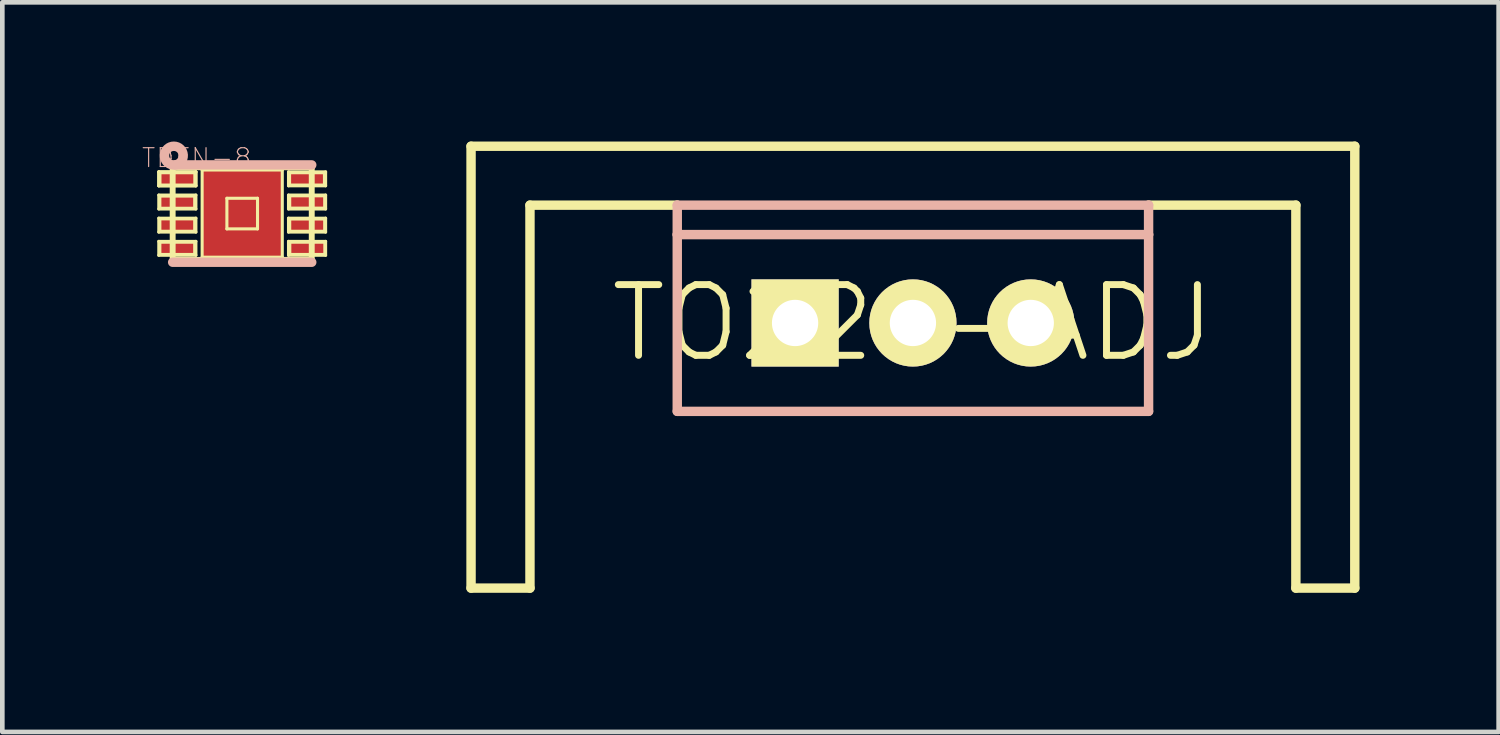
<source format=kicad_pcb>
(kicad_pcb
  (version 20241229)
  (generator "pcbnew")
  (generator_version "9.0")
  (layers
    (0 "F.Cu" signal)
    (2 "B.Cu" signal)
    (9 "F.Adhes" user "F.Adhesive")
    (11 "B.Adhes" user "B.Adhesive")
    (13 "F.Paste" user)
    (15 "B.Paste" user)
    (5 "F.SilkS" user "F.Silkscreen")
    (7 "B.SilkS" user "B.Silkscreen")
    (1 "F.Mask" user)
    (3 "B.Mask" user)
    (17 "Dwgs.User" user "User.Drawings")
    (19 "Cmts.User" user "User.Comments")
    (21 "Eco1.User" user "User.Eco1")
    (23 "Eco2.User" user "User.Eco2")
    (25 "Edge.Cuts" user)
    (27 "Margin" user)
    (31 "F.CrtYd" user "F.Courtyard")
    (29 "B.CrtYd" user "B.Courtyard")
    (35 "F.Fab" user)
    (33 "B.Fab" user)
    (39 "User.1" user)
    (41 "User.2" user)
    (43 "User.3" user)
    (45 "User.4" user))
  (footprint "TO220-ADJ"
    (layer "F.Cu")
    (at 16.629 3.912)
    (property "Reference" "TO220-ADJ" (at 0 0 0) (layer "F.SilkS") (effects (font (size 1.524 1.524) (thickness 0.15))))
    (attr exclude_from_pos_files exclude_from_bom)
    (fp_line (start -9.525 -3.81) (end -9.525 5.715) (stroke (width 0.203) (type solid)) (layer "F.SilkS"))
    (fp_line (start -9.525 5.715) (end -8.255 5.715) (stroke (width 0.203) (type solid)) (layer "F.SilkS"))
    (fp_line (start -8.255 -2.54) (end -5.08 -2.54) (stroke (width 0.203) (type solid)) (layer "F.SilkS"))
    (fp_line (start -8.255 5.715) (end -8.255 -2.54) (stroke (width 0.203) (type solid)) (layer "F.SilkS"))
    (fp_line (start 5.08 -2.54) (end 8.255 -2.54) (stroke (width 0.203) (type solid)) (layer "F.SilkS"))
    (fp_line (start 8.255 -2.54) (end 8.255 5.715) (stroke (width 0.203) (type solid)) (layer "F.SilkS"))
    (fp_line (start 8.255 5.715) (end 9.525 5.715) (stroke (width 0.203) (type solid)) (layer "F.SilkS"))
    (fp_line (start 9.525 -3.81) (end -9.525 -3.81) (stroke (width 0.203) (type solid)) (layer "F.SilkS"))
    (fp_line (start 9.525 5.715) (end 9.525 -3.81) (stroke (width 0.203) (type solid)) (layer "F.SilkS"))
    (fp_line (start -5.08 -2.54) (end 5.08 -2.54) (stroke (width 0.203) (type solid)) (layer "B.SilkS"))
    (fp_line (start -5.08 -1.905) (end -5.08 -2.54) (stroke (width 0.203) (type solid)) (layer "B.SilkS"))
    (fp_line (start -5.08 1.905) (end -5.08 -1.905) (stroke (width 0.203) (type solid)) (layer "B.SilkS"))
    (fp_line (start 5.08 -2.54) (end 5.08 -1.905) (stroke (width 0.203) (type solid)) (layer "B.SilkS"))
    (fp_line (start 5.08 -1.905) (end -5.08 -1.905) (stroke (width 0.203) (type solid)) (layer "B.SilkS"))
    (fp_line (start 5.08 -1.905) (end 5.08 1.905) (stroke (width 0.203) (type solid)) (layer "B.SilkS"))
    (fp_line (start 5.08 1.905) (end -5.08 1.905) (stroke (width 0.203) (type solid)) (layer "B.SilkS"))
    (pad "ADJ" thru_hole rect (at -2.54 0) (size 1.88 1.88) (drill 0.998) (layers "*.Cu" "F.Mask" "F.SilkS" "F.Paste"))
    (pad "IN" thru_hole circle (at 2.54 0) (size 1.88 1.88) (drill 0.998) (layers "*.Cu" "F.Mask" "F.SilkS" "F.Paste"))
    (pad "OUT" thru_hole circle (at 0 0) (size 1.88 1.88) (drill 0.998) (layers "*.Cu" "F.Mask" "F.SilkS" "F.Paste")))
  (footprint "TDFN-8"
    (layer "F.Cu")
    (at 2.171 1.554)
    (property "Reference" "TDFN-8" (at -0.983 -1.201 0) (layer "B.SilkS") (effects (font (size 0.406 0.406) (thickness 0.025))))
    (attr smd)
    (fp_line (start -1.798 -0.899) (end -0.998 -0.899) (stroke (width 0.066) (type solid)) (layer "F.SilkS"))
    (fp_line (start -1.798 -0.899) (end -0.998 -0.899) (stroke (width 0.066) (type solid)) (layer "F.SilkS"))
    (fp_line (start -1.798 -0.599) (end -1.798 -0.899) (stroke (width 0.066) (type solid)) (layer "F.SilkS"))
    (fp_line (start -1.798 -0.599) (end -1.798 -0.899) (stroke (width 0.066) (type solid)) (layer "F.SilkS"))
    (fp_line (start -1.798 -0.599) (end -0.998 -0.599) (stroke (width 0.066) (type solid)) (layer "F.SilkS"))
    (fp_line (start -1.798 -0.599) (end -0.998 -0.599) (stroke (width 0.066) (type solid)) (layer "F.SilkS"))
    (fp_line (start -1.798 -0.399) (end -0.998 -0.399) (stroke (width 0.066) (type solid)) (layer "F.SilkS"))
    (fp_line (start -1.798 -0.099) (end -1.798 -0.399) (stroke (width 0.066) (type solid)) (layer "F.SilkS"))
    (fp_line (start -1.798 -0.099) (end -0.998 -0.099) (stroke (width 0.066) (type solid)) (layer "F.SilkS"))
    (fp_line (start -1.798 0.099) (end -0.998 0.099) (stroke (width 0.066) (type solid)) (layer "F.SilkS"))
    (fp_line (start -1.798 0.399) (end -1.798 0.099) (stroke (width 0.066) (type solid)) (layer "F.SilkS"))
    (fp_line (start -1.798 0.399) (end -0.998 0.399) (stroke (width 0.066) (type solid)) (layer "F.SilkS"))
    (fp_line (start -1.798 0.599) (end -0.998 0.599) (stroke (width 0.066) (type solid)) (layer "F.SilkS"))
    (fp_line (start -1.798 0.899) (end -1.798 0.599) (stroke (width 0.066) (type solid)) (layer "F.SilkS"))
    (fp_line (start -1.798 0.899) (end -0.998 0.899) (stroke (width 0.066) (type solid)) (layer "F.SilkS"))
    (fp_line (start -1.775 -0.378) (end -1.024 -0.378) (stroke (width 0.066) (type solid)) (layer "F.SilkS"))
    (fp_line (start -1.775 -0.114) (end -1.775 -0.378) (stroke (width 0.066) (type solid)) (layer "F.SilkS"))
    (fp_line (start -1.775 -0.114) (end -1.024 -0.114) (stroke (width 0.066) (type solid)) (layer "F.SilkS"))
    (fp_line (start -1.775 0.114) (end -1.024 0.114) (stroke (width 0.066) (type solid)) (layer "F.SilkS"))
    (fp_line (start -1.775 0.381) (end -1.775 0.114) (stroke (width 0.066) (type solid)) (layer "F.SilkS"))
    (fp_line (start -1.775 0.381) (end -1.024 0.381) (stroke (width 0.066) (type solid)) (layer "F.SilkS"))
    (fp_line (start -1.775 0.617) (end -1.024 0.617) (stroke (width 0.066) (type solid)) (layer "F.SilkS"))
    (fp_line (start -1.775 0.881) (end -1.775 0.617) (stroke (width 0.066) (type solid)) (layer "F.SilkS"))
    (fp_line (start -1.775 0.881) (end -1.024 0.881) (stroke (width 0.066) (type solid)) (layer "F.SilkS"))
    (fp_line (start -1.773 -0.881) (end -1.021 -0.881) (stroke (width 0.066) (type solid)) (layer "F.SilkS"))
    (fp_line (start -1.773 -0.615) (end -1.773 -0.881) (stroke (width 0.066) (type solid)) (layer "F.SilkS"))
    (fp_line (start -1.773 -0.615) (end -1.021 -0.615) (stroke (width 0.066) (type solid)) (layer "F.SilkS"))
    (fp_line (start -1.499 -0.998) (end -1.499 0.998) (stroke (width 0.127) (type solid)) (layer "F.SilkS"))
    (fp_line (start -1.499 0.998) (end 1.499 0.998) (stroke (width 0.127) (type solid)) (layer "F.SilkS"))
    (fp_line (start -1.024 -0.114) (end -1.024 -0.378) (stroke (width 0.066) (type solid)) (layer "F.SilkS"))
    (fp_line (start -1.024 0.381) (end -1.024 0.114) (stroke (width 0.066) (type solid)) (layer "F.SilkS"))
    (fp_line (start -1.024 0.881) (end -1.024 0.617) (stroke (width 0.066) (type solid)) (layer "F.SilkS"))
    (fp_line (start -1.021 -0.615) (end -1.021 -0.881) (stroke (width 0.066) (type solid)) (layer "F.SilkS"))
    (fp_line (start -0.998 -0.599) (end -0.998 -0.899) (stroke (width 0.066) (type solid)) (layer "F.SilkS"))
    (fp_line (start -0.998 -0.599) (end -0.998 -0.899) (stroke (width 0.066) (type solid)) (layer "F.SilkS"))
    (fp_line (start -0.998 -0.099) (end -0.998 -0.399) (stroke (width 0.066) (type solid)) (layer "F.SilkS"))
    (fp_line (start -0.998 0.399) (end -0.998 0.099) (stroke (width 0.066) (type solid)) (layer "F.SilkS"))
    (fp_line (start -0.998 0.899) (end -0.998 0.599) (stroke (width 0.066) (type solid)) (layer "F.SilkS"))
    (fp_line (start -0.864 -0.94) (end 0.864 -0.94) (stroke (width 0.066) (type solid)) (layer "F.SilkS"))
    (fp_line (start -0.864 0.94) (end -0.864 -0.94) (stroke (width 0.066) (type solid)) (layer "F.SilkS"))
    (fp_line (start -0.864 0.94) (end 0.864 0.94) (stroke (width 0.066) (type solid)) (layer "F.SilkS"))
    (fp_line (start -0.33 -0.33) (end 0.33 -0.33) (stroke (width 0.066) (type solid)) (layer "F.SilkS"))
    (fp_line (start -0.33 0.33) (end -0.33 -0.33) (stroke (width 0.066) (type solid)) (layer "F.SilkS"))
    (fp_line (start -0.33 0.33) (end 0.33 0.33) (stroke (width 0.066) (type solid)) (layer "F.SilkS"))
    (fp_line (start 0.33 0.33) (end 0.33 -0.33) (stroke (width 0.066) (type solid)) (layer "F.SilkS"))
    (fp_line (start 0.864 0.94) (end 0.864 -0.94) (stroke (width 0.066) (type solid)) (layer "F.SilkS"))
    (fp_line (start 0.998 -0.899) (end 1.798 -0.899) (stroke (width 0.066) (type solid)) (layer "F.SilkS"))
    (fp_line (start 0.998 -0.599) (end 0.998 -0.899) (stroke (width 0.066) (type solid)) (layer "F.SilkS"))
    (fp_line (start 0.998 -0.599) (end 1.798 -0.599) (stroke (width 0.066) (type solid)) (layer "F.SilkS"))
    (fp_line (start 0.998 -0.399) (end 1.798 -0.399) (stroke (width 0.066) (type solid)) (layer "F.SilkS"))
    (fp_line (start 0.998 -0.099) (end 0.998 -0.399) (stroke (width 0.066) (type solid)) (layer "F.SilkS"))
    (fp_line (start 0.998 -0.099) (end 1.798 -0.099) (stroke (width 0.066) (type solid)) (layer "F.SilkS"))
    (fp_line (start 0.998 0.099) (end 1.798 0.099) (stroke (width 0.066) (type solid)) (layer "F.SilkS"))
    (fp_line (start 0.998 0.399) (end 0.998 0.099) (stroke (width 0.066) (type solid)) (layer "F.SilkS"))
    (fp_line (start 0.998 0.399) (end 1.798 0.399) (stroke (width 0.066) (type solid)) (layer "F.SilkS"))
    (fp_line (start 0.998 0.599) (end 1.798 0.599) (stroke (width 0.066) (type solid)) (layer "F.SilkS"))
    (fp_line (start 0.998 0.899) (end 0.998 0.599) (stroke (width 0.066) (type solid)) (layer "F.SilkS"))
    (fp_line (start 0.998 0.899) (end 1.798 0.899) (stroke (width 0.066) (type solid)) (layer "F.SilkS"))
    (fp_line (start 1.021 -0.881) (end 1.773 -0.881) (stroke (width 0.066) (type solid)) (layer "F.SilkS"))
    (fp_line (start 1.021 -0.615) (end 1.021 -0.881) (stroke (width 0.066) (type solid)) (layer "F.SilkS"))
    (fp_line (start 1.021 -0.615) (end 1.773 -0.615) (stroke (width 0.066) (type solid)) (layer "F.SilkS"))
    (fp_line (start 1.024 -0.384) (end 1.778 -0.384) (stroke (width 0.066) (type solid)) (layer "F.SilkS"))
    (fp_line (start 1.024 -0.117) (end 1.024 -0.384) (stroke (width 0.066) (type solid)) (layer "F.SilkS"))
    (fp_line (start 1.024 -0.117) (end 1.778 -0.117) (stroke (width 0.066) (type solid)) (layer "F.SilkS"))
    (fp_line (start 1.024 0.117) (end 1.778 0.117) (stroke (width 0.066) (type solid)) (layer "F.SilkS"))
    (fp_line (start 1.024 0.381) (end 1.024 0.117) (stroke (width 0.066) (type solid)) (layer "F.SilkS"))
    (fp_line (start 1.024 0.381) (end 1.778 0.381) (stroke (width 0.066) (type solid)) (layer "F.SilkS"))
    (fp_line (start 1.026 0.617) (end 1.781 0.617) (stroke (width 0.066) (type solid)) (layer "F.SilkS"))
    (fp_line (start 1.026 0.881) (end 1.026 0.617) (stroke (width 0.066) (type solid)) (layer "F.SilkS"))
    (fp_line (start 1.026 0.881) (end 1.781 0.881) (stroke (width 0.066) (type solid)) (layer "F.SilkS"))
    (fp_line (start 1.499 -0.998) (end -1.499 -0.998) (stroke (width 0.127) (type solid)) (layer "F.SilkS"))
    (fp_line (start 1.499 0.998) (end 1.499 -0.998) (stroke (width 0.127) (type solid)) (layer "F.SilkS"))
    (fp_line (start 1.773 -0.615) (end 1.773 -0.881) (stroke (width 0.066) (type solid)) (layer "F.SilkS"))
    (fp_line (start 1.778 -0.117) (end 1.778 -0.384) (stroke (width 0.066) (type solid)) (layer "F.SilkS"))
    (fp_line (start 1.778 0.381) (end 1.778 0.117) (stroke (width 0.066) (type solid)) (layer "F.SilkS"))
    (fp_line (start 1.781 0.881) (end 1.781 0.617) (stroke (width 0.066) (type solid)) (layer "F.SilkS"))
    (fp_line (start 1.798 -0.599) (end 1.798 -0.899) (stroke (width 0.066) (type solid)) (layer "F.SilkS"))
    (fp_line (start 1.798 -0.099) (end 1.798 -0.399) (stroke (width 0.066) (type solid)) (layer "F.SilkS"))
    (fp_line (start 1.798 0.399) (end 1.798 0.099) (stroke (width 0.066) (type solid)) (layer "F.SilkS"))
    (fp_line (start 1.798 0.899) (end 1.798 0.599) (stroke (width 0.066) (type solid)) (layer "F.SilkS"))
    (fp_line (start -1.499 -1.049) (end -1.448 -1.049) (stroke (width 0.127) (type solid)) (layer "B.SilkS"))
    (fp_line (start -1.499 1.049) (end 1.499 1.049) (stroke (width 0.203) (type solid)) (layer "B.SilkS"))
    (fp_line (start -1.448 -1.049) (end 1.499 -1.049) (stroke (width 0.203) (type solid)) (layer "B.SilkS"))
    (fp_arc (start -1.4986 -1.04902) (mid -1.472973 -1.451941) (end -1.44825 -1.048964) (stroke (width 0.2032) (type solid)) (layer "B.SilkS"))
    (pad "1" smd rect (at -1.4 -0.749) (size 0.798 0.3) (layers "F.Cu" "F.Mask" "F.Paste"))
    (pad "2" smd rect (at -1.4 -0.249) (size 0.798 0.3) (layers "F.Cu" "F.Mask" "F.Paste"))
    (pad "3" smd rect (at -1.4 0.249) (size 0.798 0.3) (layers "F.Cu" "F.Mask" "F.Paste"))
    (pad "4" smd rect (at -1.4 0.749) (size 0.798 0.3) (layers "F.Cu" "F.Mask" "F.Paste"))
    (pad "5" smd rect (at 1.4 0.749) (size 0.798 0.3) (layers "F.Cu" "F.Mask" "F.Paste"))
    (pad "6" smd rect (at 1.4 0.249) (size 0.798 0.3) (layers "F.Cu" "F.Mask" "F.Paste"))
    (pad "7" smd rect (at 1.4 -0.249) (size 0.798 0.3) (layers "F.Cu" "F.Mask" "F.Paste"))
    (pad "8" smd rect (at 1.4 -0.749) (size 0.798 0.3) (layers "F.Cu" "F.Mask" "F.Paste"))
    (pad "EP" smd rect (at 0 0) (size 1.73 1.88) (layers "F.Cu" "F.Mask" "F.Paste")))
  (gr_rect
    (start -3 -3)
    (end 29.255 12.728)
    (stroke (width 0.1) (type default))
    (fill no)
    (layer "Edge.Cuts")))
</source>
